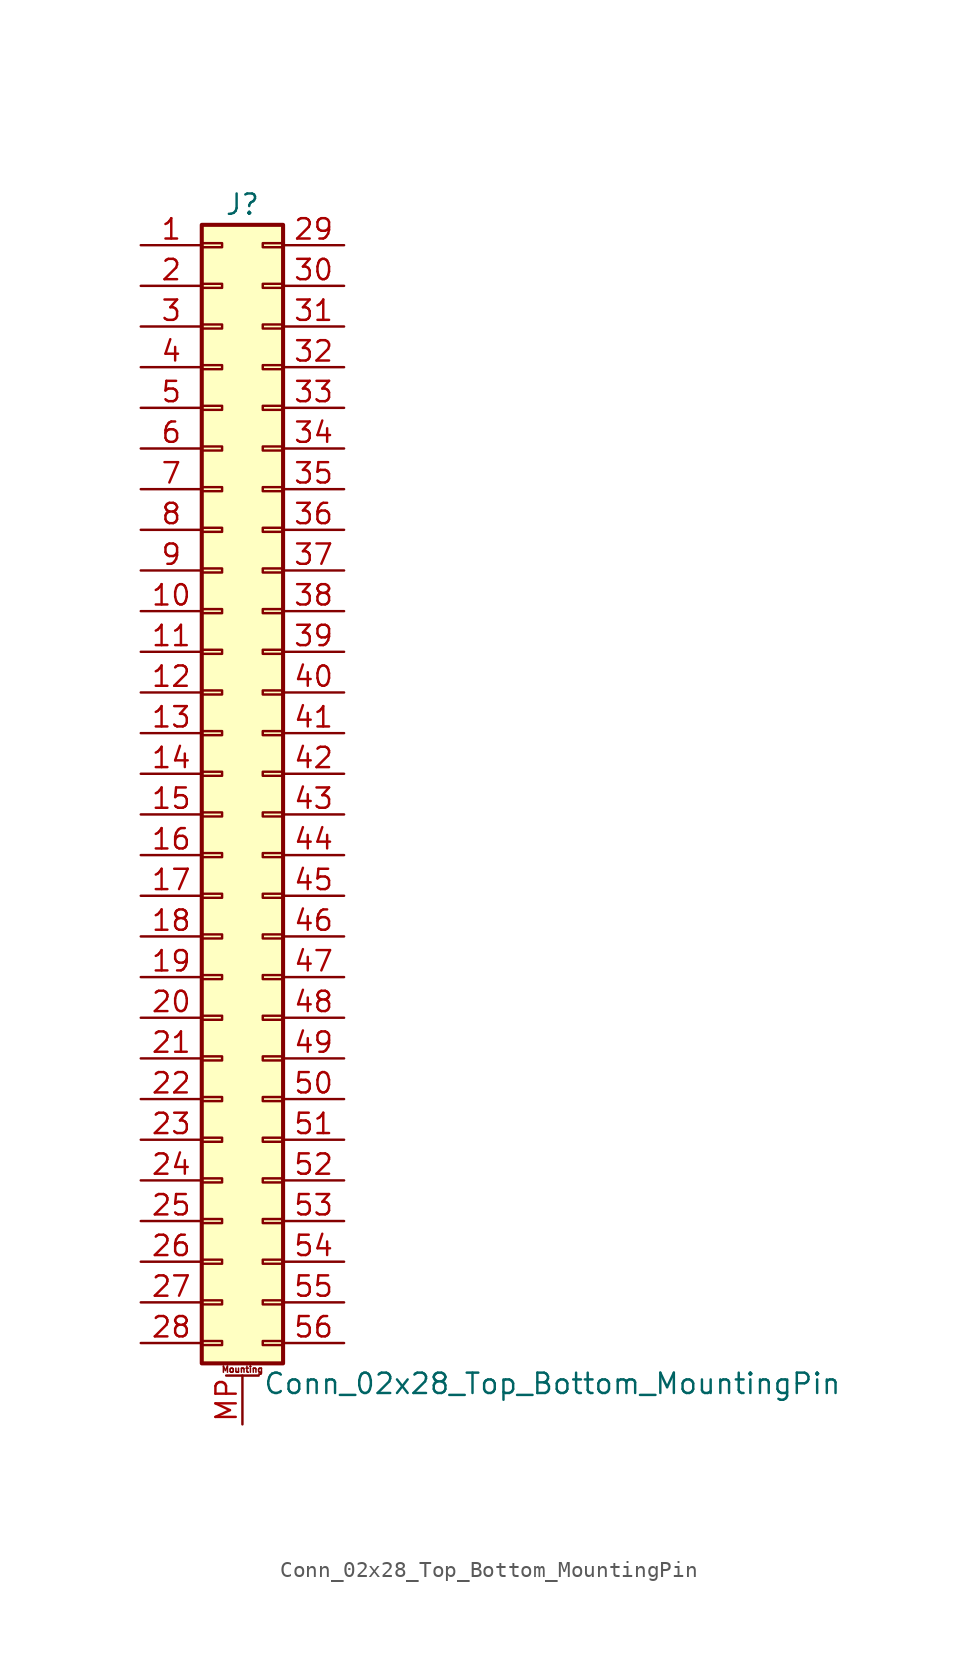
<source format=kicad_sym>
(kicad_symbol_lib
  (version 20201005)
  (generator kicad_symbol_editor)
  (symbol "Connector_Generic_MountingPin:Conn_02x28_Top_Bottom_MountingPin"
    (pin_names
      (offset 1.016) hide)
    (property "Reference" "J"
      (at 1.27 35.56 0)
      (effects (font (size 1.27 1.27))))
    (property "Value" "Conn_02x28_Top_Bottom_MountingPin"
      (at 2.54 -38.1 0)
      (effects (font (size 1.27 1.27)) (justify left)))
    (symbol "Conn_02x28_Top_Bottom_MountingPin_1_1"
      (text "Mounting" (at 1.27 -37.211 0) (effects (font (size 0.381 0.381))))
      (rectangle (start -1.27 -27.813) (end 0 -28.067) (stroke (width 0.152)) (fill (type none)))
      (rectangle (start -1.27 -30.353) (end 0 -30.607) (stroke (width 0.152)) (fill (type none)))
      (rectangle (start -1.27 -32.893) (end 0 -33.147) (stroke (width 0.152)) (fill (type none)))
      (rectangle (start -1.27 -35.433) (end 0 -35.687) (stroke (width 0.152)) (fill (type none)))
      (rectangle (start -1.27 -4.953) (end 0 -5.207) (stroke (width 0.152)) (fill (type none)))
      (rectangle (start -1.27 -7.493) (end 0 -7.747) (stroke (width 0.152)) (fill (type none)))
      (rectangle (start -1.27 -10.033) (end 0 -10.287) (stroke (width 0.152)) (fill (type none)))
      (rectangle (start -1.27 -12.573) (end 0 -12.827) (stroke (width 0.152)) (fill (type none)))
      (rectangle (start -1.27 -15.113) (end 0 -15.367) (stroke (width 0.152)) (fill (type none)))
      (rectangle (start -1.27 -17.653) (end 0 -17.907) (stroke (width 0.152)) (fill (type none)))
      (rectangle (start -1.27 -20.193) (end 0 -20.447) (stroke (width 0.152)) (fill (type none)))
      (rectangle (start -1.27 -22.733) (end 0 -22.987) (stroke (width 0.152)) (fill (type none)))
      (rectangle (start -1.27 -2.413) (end 0 -2.667) (stroke (width 0.152)) (fill (type none)))
      (rectangle (start -1.27 -25.273) (end 0 -25.527) (stroke (width 0.152)) (fill (type none)))
      (rectangle (start -1.27 25.527) (end 0 25.273) (stroke (width 0.152)) (fill (type none)))
      (rectangle (start -1.27 2.667) (end 0 2.413) (stroke (width 0.152)) (fill (type none)))
      (rectangle (start -1.27 28.067) (end 0 27.813) (stroke (width 0.152)) (fill (type none)))
      (rectangle (start -1.27 30.607) (end 0 30.353) (stroke (width 0.152)) (fill (type none)))
      (rectangle (start -1.27 33.147) (end 0 32.893) (stroke (width 0.152)) (fill (type none)))
      (rectangle (start -1.27 34.29) (end 3.81 -36.83) (stroke (width 0.254)) (fill (type background)))
      (rectangle (start -1.27 5.207) (end 0 4.953) (stroke (width 0.152)) (fill (type none)))
      (rectangle (start -1.27 7.747) (end 0 7.493) (stroke (width 0.152)) (fill (type none)))
      (rectangle (start -1.27 10.287) (end 0 10.033) (stroke (width 0.152)) (fill (type none)))
      (rectangle (start -1.27 0.127) (end 0 -0.127) (stroke (width 0.152)) (fill (type none)))
      (rectangle (start -1.27 12.827) (end 0 12.573) (stroke (width 0.152)) (fill (type none)))
      (rectangle (start -1.27 15.367) (end 0 15.113) (stroke (width 0.152)) (fill (type none)))
      (rectangle (start -1.27 17.907) (end 0 17.653) (stroke (width 0.152)) (fill (type none)))
      (rectangle (start -1.27 20.447) (end 0 20.193) (stroke (width 0.152)) (fill (type none)))
      (rectangle (start -1.27 22.987) (end 0 22.733) (stroke (width 0.152)) (fill (type none)))
      (rectangle (start 3.81 -27.813) (end 2.54 -28.067) (stroke (width 0.152)) (fill (type none)))
      (rectangle (start 3.81 -30.353) (end 2.54 -30.607) (stroke (width 0.152)) (fill (type none)))
      (rectangle (start 3.81 -32.893) (end 2.54 -33.147) (stroke (width 0.152)) (fill (type none)))
      (rectangle (start 3.81 -35.433) (end 2.54 -35.687) (stroke (width 0.152)) (fill (type none)))
      (rectangle (start 3.81 -4.953) (end 2.54 -5.207) (stroke (width 0.152)) (fill (type none)))
      (rectangle (start 3.81 -7.493) (end 2.54 -7.747) (stroke (width 0.152)) (fill (type none)))
      (rectangle (start 3.81 -10.033) (end 2.54 -10.287) (stroke (width 0.152)) (fill (type none)))
      (rectangle (start 3.81 -12.573) (end 2.54 -12.827) (stroke (width 0.152)) (fill (type none)))
      (rectangle (start 3.81 -15.113) (end 2.54 -15.367) (stroke (width 0.152)) (fill (type none)))
      (rectangle (start 3.81 -17.653) (end 2.54 -17.907) (stroke (width 0.152)) (fill (type none)))
      (rectangle (start 3.81 -20.193) (end 2.54 -20.447) (stroke (width 0.152)) (fill (type none)))
      (rectangle (start 3.81 -22.733) (end 2.54 -22.987) (stroke (width 0.152)) (fill (type none)))
      (rectangle (start 3.81 -2.413) (end 2.54 -2.667) (stroke (width 0.152)) (fill (type none)))
      (rectangle (start 3.81 -25.273) (end 2.54 -25.527) (stroke (width 0.152)) (fill (type none)))
      (rectangle (start 3.81 25.527) (end 2.54 25.273) (stroke (width 0.152)) (fill (type none)))
      (rectangle (start 3.81 2.667) (end 2.54 2.413) (stroke (width 0.152)) (fill (type none)))
      (rectangle (start 3.81 28.067) (end 2.54 27.813) (stroke (width 0.152)) (fill (type none)))
      (rectangle (start 3.81 30.607) (end 2.54 30.353) (stroke (width 0.152)) (fill (type none)))
      (rectangle (start 3.81 33.147) (end 2.54 32.893) (stroke (width 0.152)) (fill (type none)))
      (rectangle (start 3.81 5.207) (end 2.54 4.953) (stroke (width 0.152)) (fill (type none)))
      (rectangle (start 3.81 7.747) (end 2.54 7.493) (stroke (width 0.152)) (fill (type none)))
      (rectangle (start 3.81 10.287) (end 2.54 10.033) (stroke (width 0.152)) (fill (type none)))
      (rectangle (start 3.81 0.127) (end 2.54 -0.127) (stroke (width 0.152)) (fill (type none)))
      (rectangle (start 3.81 12.827) (end 2.54 12.573) (stroke (width 0.152)) (fill (type none)))
      (rectangle (start 3.81 15.367) (end 2.54 15.113) (stroke (width 0.152)) (fill (type none)))
      (rectangle (start 3.81 17.907) (end 2.54 17.653) (stroke (width 0.152)) (fill (type none)))
      (rectangle (start 3.81 20.447) (end 2.54 20.193) (stroke (width 0.152)) (fill (type none)))
      (rectangle (start 3.81 22.987) (end 2.54 22.733) (stroke (width 0.152)) (fill (type none)))
      (polyline (pts (xy 0.254 -37.592) (xy 2.286 -37.592)) (stroke (width 0.152)) (fill (type none)))
      (pin passive line (at 1.27 -40.64 90) (length 3.048) (name "MountPin" (effects (font (size 1.27 1.27)))) (number "MP" (effects (font (size 1.27 1.27)))))
      (pin passive line (at -5.08 33.02 0) (length 3.81) (name "Pin_1" (effects (font (size 1.27 1.27)))) (number "1" (effects (font (size 1.27 1.27)))))
      (pin passive line (at -5.08 10.16 0) (length 3.81) (name "Pin_10" (effects (font (size 1.27 1.27)))) (number "10" (effects (font (size 1.27 1.27)))))
      (pin passive line (at -5.08 7.62 0) (length 3.81) (name "Pin_11" (effects (font (size 1.27 1.27)))) (number "11" (effects (font (size 1.27 1.27)))))
      (pin passive line (at -5.08 5.08 0) (length 3.81) (name "Pin_12" (effects (font (size 1.27 1.27)))) (number "12" (effects (font (size 1.27 1.27)))))
      (pin passive line (at -5.08 2.54 0) (length 3.81) (name "Pin_13" (effects (font (size 1.27 1.27)))) (number "13" (effects (font (size 1.27 1.27)))))
      (pin passive line (at -5.08 0 0) (length 3.81) (name "Pin_14" (effects (font (size 1.27 1.27)))) (number "14" (effects (font (size 1.27 1.27)))))
      (pin passive line (at -5.08 -2.54 0) (length 3.81) (name "Pin_15" (effects (font (size 1.27 1.27)))) (number "15" (effects (font (size 1.27 1.27)))))
      (pin passive line (at -5.08 -5.08 0) (length 3.81) (name "Pin_16" (effects (font (size 1.27 1.27)))) (number "16" (effects (font (size 1.27 1.27)))))
      (pin passive line (at -5.08 -7.62 0) (length 3.81) (name "Pin_17" (effects (font (size 1.27 1.27)))) (number "17" (effects (font (size 1.27 1.27)))))
      (pin passive line (at -5.08 -10.16 0) (length 3.81) (name "Pin_18" (effects (font (size 1.27 1.27)))) (number "18" (effects (font (size 1.27 1.27)))))
      (pin passive line (at -5.08 -12.7 0) (length 3.81) (name "Pin_19" (effects (font (size 1.27 1.27)))) (number "19" (effects (font (size 1.27 1.27)))))
      (pin passive line (at -5.08 30.48 0) (length 3.81) (name "Pin_2" (effects (font (size 1.27 1.27)))) (number "2" (effects (font (size 1.27 1.27)))))
      (pin passive line (at -5.08 -15.24 0) (length 3.81) (name "Pin_20" (effects (font (size 1.27 1.27)))) (number "20" (effects (font (size 1.27 1.27)))))
      (pin passive line (at -5.08 -17.78 0) (length 3.81) (name "Pin_21" (effects (font (size 1.27 1.27)))) (number "21" (effects (font (size 1.27 1.27)))))
      (pin passive line (at -5.08 -20.32 0) (length 3.81) (name "Pin_22" (effects (font (size 1.27 1.27)))) (number "22" (effects (font (size 1.27 1.27)))))
      (pin passive line (at -5.08 -22.86 0) (length 3.81) (name "Pin_23" (effects (font (size 1.27 1.27)))) (number "23" (effects (font (size 1.27 1.27)))))
      (pin passive line (at -5.08 -25.4 0) (length 3.81) (name "Pin_24" (effects (font (size 1.27 1.27)))) (number "24" (effects (font (size 1.27 1.27)))))
      (pin passive line (at -5.08 -27.94 0) (length 3.81) (name "Pin_25" (effects (font (size 1.27 1.27)))) (number "25" (effects (font (size 1.27 1.27)))))
      (pin passive line (at -5.08 -30.48 0) (length 3.81) (name "Pin_26" (effects (font (size 1.27 1.27)))) (number "26" (effects (font (size 1.27 1.27)))))
      (pin passive line (at -5.08 -33.02 0) (length 3.81) (name "Pin_27" (effects (font (size 1.27 1.27)))) (number "27" (effects (font (size 1.27 1.27)))))
      (pin passive line (at -5.08 -35.56 0) (length 3.81) (name "Pin_28" (effects (font (size 1.27 1.27)))) (number "28" (effects (font (size 1.27 1.27)))))
      (pin passive line (at 7.62 33.02 180) (length 3.81) (name "Pin_29" (effects (font (size 1.27 1.27)))) (number "29" (effects (font (size 1.27 1.27)))))
      (pin passive line (at -5.08 27.94 0) (length 3.81) (name "Pin_3" (effects (font (size 1.27 1.27)))) (number "3" (effects (font (size 1.27 1.27)))))
      (pin passive line (at 7.62 30.48 180) (length 3.81) (name "Pin_30" (effects (font (size 1.27 1.27)))) (number "30" (effects (font (size 1.27 1.27)))))
      (pin passive line (at 7.62 27.94 180) (length 3.81) (name "Pin_31" (effects (font (size 1.27 1.27)))) (number "31" (effects (font (size 1.27 1.27)))))
      (pin passive line (at 7.62 25.4 180) (length 3.81) (name "Pin_32" (effects (font (size 1.27 1.27)))) (number "32" (effects (font (size 1.27 1.27)))))
      (pin passive line (at 7.62 22.86 180) (length 3.81) (name "Pin_33" (effects (font (size 1.27 1.27)))) (number "33" (effects (font (size 1.27 1.27)))))
      (pin passive line (at 7.62 20.32 180) (length 3.81) (name "Pin_34" (effects (font (size 1.27 1.27)))) (number "34" (effects (font (size 1.27 1.27)))))
      (pin passive line (at 7.62 17.78 180) (length 3.81) (name "Pin_35" (effects (font (size 1.27 1.27)))) (number "35" (effects (font (size 1.27 1.27)))))
      (pin passive line (at 7.62 15.24 180) (length 3.81) (name "Pin_36" (effects (font (size 1.27 1.27)))) (number "36" (effects (font (size 1.27 1.27)))))
      (pin passive line (at 7.62 12.7 180) (length 3.81) (name "Pin_37" (effects (font (size 1.27 1.27)))) (number "37" (effects (font (size 1.27 1.27)))))
      (pin passive line (at 7.62 10.16 180) (length 3.81) (name "Pin_38" (effects (font (size 1.27 1.27)))) (number "38" (effects (font (size 1.27 1.27)))))
      (pin passive line (at 7.62 7.62 180) (length 3.81) (name "Pin_39" (effects (font (size 1.27 1.27)))) (number "39" (effects (font (size 1.27 1.27)))))
      (pin passive line (at -5.08 25.4 0) (length 3.81) (name "Pin_4" (effects (font (size 1.27 1.27)))) (number "4" (effects (font (size 1.27 1.27)))))
      (pin passive line (at 7.62 5.08 180) (length 3.81) (name "Pin_40" (effects (font (size 1.27 1.27)))) (number "40" (effects (font (size 1.27 1.27)))))
      (pin passive line (at 7.62 2.54 180) (length 3.81) (name "Pin_41" (effects (font (size 1.27 1.27)))) (number "41" (effects (font (size 1.27 1.27)))))
      (pin passive line (at 7.62 0 180) (length 3.81) (name "Pin_42" (effects (font (size 1.27 1.27)))) (number "42" (effects (font (size 1.27 1.27)))))
      (pin passive line (at 7.62 -2.54 180) (length 3.81) (name "Pin_43" (effects (font (size 1.27 1.27)))) (number "43" (effects (font (size 1.27 1.27)))))
      (pin passive line (at 7.62 -5.08 180) (length 3.81) (name "Pin_44" (effects (font (size 1.27 1.27)))) (number "44" (effects (font (size 1.27 1.27)))))
      (pin passive line (at 7.62 -7.62 180) (length 3.81) (name "Pin_45" (effects (font (size 1.27 1.27)))) (number "45" (effects (font (size 1.27 1.27)))))
      (pin passive line (at 7.62 -10.16 180) (length 3.81) (name "Pin_46" (effects (font (size 1.27 1.27)))) (number "46" (effects (font (size 1.27 1.27)))))
      (pin passive line (at 7.62 -12.7 180) (length 3.81) (name "Pin_47" (effects (font (size 1.27 1.27)))) (number "47" (effects (font (size 1.27 1.27)))))
      (pin passive line (at 7.62 -15.24 180) (length 3.81) (name "Pin_48" (effects (font (size 1.27 1.27)))) (number "48" (effects (font (size 1.27 1.27)))))
      (pin passive line (at 7.62 -17.78 180) (length 3.81) (name "Pin_49" (effects (font (size 1.27 1.27)))) (number "49" (effects (font (size 1.27 1.27)))))
      (pin passive line (at -5.08 22.86 0) (length 3.81) (name "Pin_5" (effects (font (size 1.27 1.27)))) (number "5" (effects (font (size 1.27 1.27)))))
      (pin passive line (at 7.62 -20.32 180) (length 3.81) (name "Pin_50" (effects (font (size 1.27 1.27)))) (number "50" (effects (font (size 1.27 1.27)))))
      (pin passive line (at 7.62 -22.86 180) (length 3.81) (name "Pin_51" (effects (font (size 1.27 1.27)))) (number "51" (effects (font (size 1.27 1.27)))))
      (pin passive line (at 7.62 -25.4 180) (length 3.81) (name "Pin_52" (effects (font (size 1.27 1.27)))) (number "52" (effects (font (size 1.27 1.27)))))
      (pin passive line (at 7.62 -27.94 180) (length 3.81) (name "Pin_53" (effects (font (size 1.27 1.27)))) (number "53" (effects (font (size 1.27 1.27)))))
      (pin passive line (at 7.62 -30.48 180) (length 3.81) (name "Pin_54" (effects (font (size 1.27 1.27)))) (number "54" (effects (font (size 1.27 1.27)))))
      (pin passive line (at 7.62 -33.02 180) (length 3.81) (name "Pin_55" (effects (font (size 1.27 1.27)))) (number "55" (effects (font (size 1.27 1.27)))))
      (pin passive line (at 7.62 -35.56 180) (length 3.81) (name "Pin_56" (effects (font (size 1.27 1.27)))) (number "56" (effects (font (size 1.27 1.27)))))
      (pin passive line (at -5.08 20.32 0) (length 3.81) (name "Pin_6" (effects (font (size 1.27 1.27)))) (number "6" (effects (font (size 1.27 1.27)))))
      (pin passive line (at -5.08 17.78 0) (length 3.81) (name "Pin_7" (effects (font (size 1.27 1.27)))) (number "7" (effects (font (size 1.27 1.27)))))
      (pin passive line (at -5.08 15.24 0) (length 3.81) (name "Pin_8" (effects (font (size 1.27 1.27)))) (number "8" (effects (font (size 1.27 1.27)))))
      (pin passive line (at -5.08 12.7 0) (length 3.81) (name "Pin_9" (effects (font (size 1.27 1.27)))) (number "9" (effects (font (size 1.27 1.27))))))))
</source>
